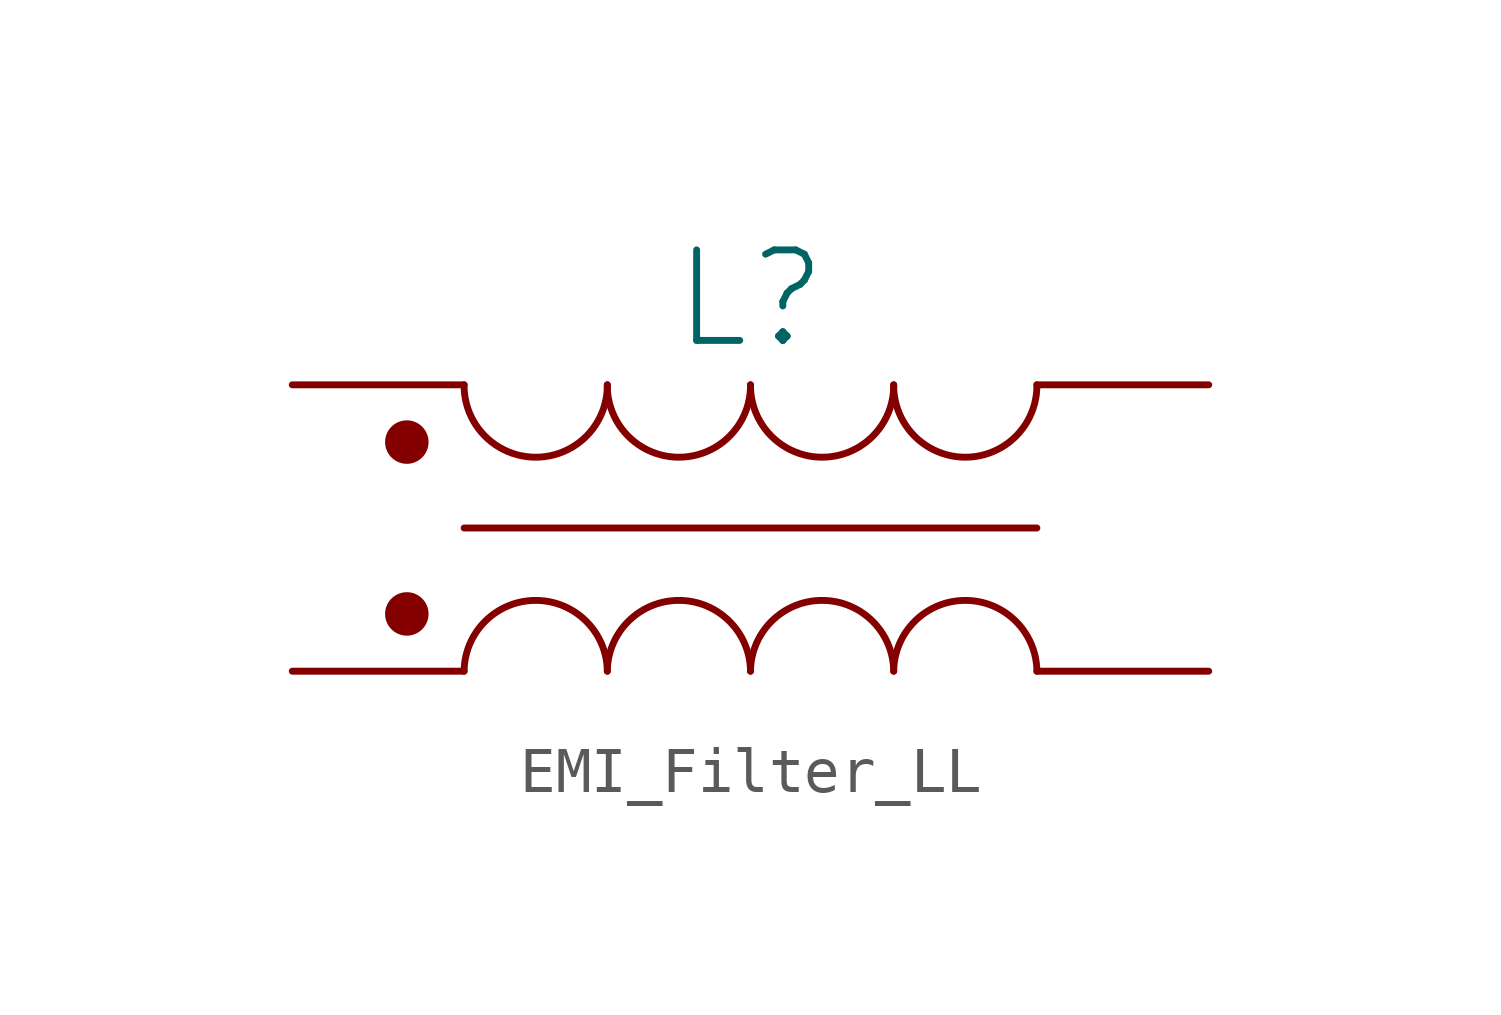
<source format=kicad_sym>
(kicad_symbol_lib
  (version 20231120)
  (generator "kicad_symbol_editor")
  (generator_version "8.0")
  (symbol "EMI_Filter_LL"
    (pin_numbers hide)
    (pin_names
      (offset 0) hide)
    (property "Reference" "L"
      (at 10.16 1.905 0)
      (effects (font (size 2.007 2.007))))
    (symbol "EMI_Filter_LL_0_1"
      (polyline (pts (xy 3.81 -3.175) (xy 16.51 -3.175)) (stroke (width 0) (type solid)) (fill (type none)))
      (circle (center 2.54 -5.08) (radius 0.0001) (stroke (width 0) (type solid)) (fill (type none)))
      (circle (center 2.54 -5.08) (radius 0.406) (stroke (width 0) (type solid)) (fill (type outline)))
      (circle (center 2.54 -1.27) (radius 0.0001) (stroke (width 0) (type solid)) (fill (type none)))
      (circle (center 2.54 -1.27) (radius 0.406) (stroke (width 0) (type solid)) (fill (type outline)))
      (arc (start 3.81 0) (mid 5.4102 -1.6002) (end 6.985 0) (stroke (width 0) (type solid)) (fill (type none)))
      (arc (start 6.985 -6.35) (mid 5.4102 -4.7752) (end 3.81 -6.35) (stroke (width 0) (type solid)) (fill (type none)))
      (arc (start 6.985 0) (mid 8.5852 -1.6002) (end 10.16 0) (stroke (width 0) (type solid)) (fill (type none)))
      (arc (start 10.16 -6.35) (mid 8.5852 -4.7752) (end 6.985 -6.35) (stroke (width 0) (type solid)) (fill (type none)))
      (arc (start 10.16 0) (mid 11.7602 -1.6002) (end 13.335 0) (stroke (width 0) (type solid)) (fill (type none)))
      (arc (start 13.335 -6.35) (mid 11.7602 -4.7752) (end 10.16 -6.35) (stroke (width 0) (type solid)) (fill (type none)))
      (arc (start 13.335 0) (mid 14.9352 -1.6002) (end 16.51 0) (stroke (width 0) (type solid)) (fill (type none)))
      (arc (start 16.51 -6.35) (mid 14.9352 -4.7752) (end 13.335 -6.35) (stroke (width 0) (type solid)) (fill (type none))))
    (symbol "EMI_Filter_LL_1_1"
      (pin passive line (at 0 0 0) (length 3.81) (name "~" (effects (font (size 2.007 2.007)))) (number "1" (effects (font (size 2.007 2.007)))))
      (pin passive line (at 20.32 0 180) (length 3.81) (name "~" (effects (font (size 2.007 2.007)))) (number "2" (effects (font (size 2.007 2.007)))))
      (pin passive line (at 0 -6.35 0) (length 3.81) (name "~" (effects (font (size 2.007 2.007)))) (number "3" (effects (font (size 2.007 2.007)))))
      (pin passive line (at 20.32 -6.35 180) (length 3.81) (name "~" (effects (font (size 2.007 2.007)))) (number "4" (effects (font (size 2.007 2.007))))))))
</source>
